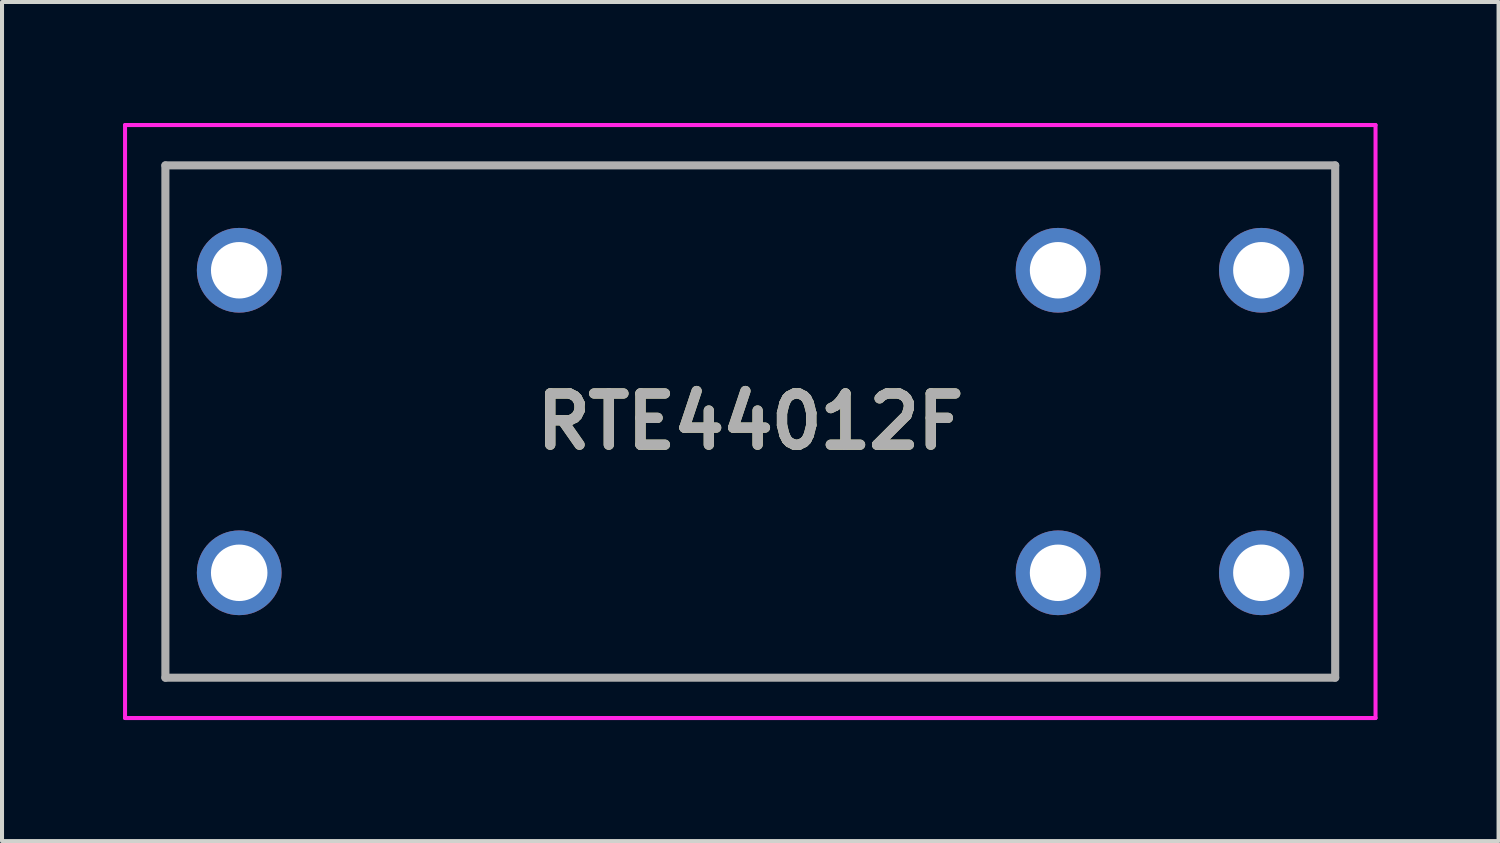
<source format=kicad_pcb>
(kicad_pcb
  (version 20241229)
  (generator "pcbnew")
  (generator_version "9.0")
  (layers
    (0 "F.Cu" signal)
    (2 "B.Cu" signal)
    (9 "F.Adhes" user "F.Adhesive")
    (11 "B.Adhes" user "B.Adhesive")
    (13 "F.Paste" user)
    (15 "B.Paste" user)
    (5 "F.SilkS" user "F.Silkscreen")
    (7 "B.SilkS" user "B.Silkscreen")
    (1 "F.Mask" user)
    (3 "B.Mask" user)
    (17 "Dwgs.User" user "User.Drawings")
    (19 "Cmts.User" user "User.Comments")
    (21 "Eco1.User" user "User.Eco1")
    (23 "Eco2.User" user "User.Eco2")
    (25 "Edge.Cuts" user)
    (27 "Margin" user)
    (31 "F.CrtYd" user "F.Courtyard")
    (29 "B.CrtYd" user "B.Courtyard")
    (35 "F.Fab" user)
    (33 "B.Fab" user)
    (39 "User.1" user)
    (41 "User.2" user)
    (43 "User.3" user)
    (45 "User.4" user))
  (footprint "RTE44012F"
    (layer "F.Cu")
    (at 23.18 11.15)
    (property "Reference" "RTE44012F" (at -7.63 -3.75 0) (layer "F.SilkS") (effects (font (size 1.27 1.27) (thickness 0.254))))
    (attr through_hole)
    (fp_line (start -22.13 -10.1) (end -22.13 2.6) (stroke (width 0.1) (type solid)) (layer "F.SilkS"))
    (fp_line (start -22.13 2.6) (end 6.87 2.6) (stroke (width 0.1) (type solid)) (layer "F.SilkS"))
    (fp_line (start 6.87 -10.1) (end -22.13 -10.1) (stroke (width 0.1) (type solid)) (layer "F.SilkS"))
    (fp_line (start 6.87 2.6) (end 6.87 -10.1) (stroke (width 0.1) (type solid)) (layer "F.SilkS"))
    (fp_line (start -23.13 -11.1) (end -23.13 3.6) (stroke (width 0.1) (type solid)) (layer "F.CrtYd"))
    (fp_line (start -23.13 3.6) (end 7.87 3.6) (stroke (width 0.1) (type solid)) (layer "F.CrtYd"))
    (fp_line (start 7.87 -11.1) (end -23.13 -11.1) (stroke (width 0.1) (type solid)) (layer "F.CrtYd"))
    (fp_line (start 7.87 3.6) (end 7.87 -11.1) (stroke (width 0.1) (type solid)) (layer "F.CrtYd"))
    (fp_line (start -22.13 -10.1) (end -22.13 2.6) (stroke (width 0.2) (type solid)) (layer "F.Fab"))
    (fp_line (start -22.13 2.6) (end 6.87 2.6) (stroke (width 0.2) (type solid)) (layer "F.Fab"))
    (fp_line (start 6.87 -10.1) (end -22.13 -10.1) (stroke (width 0.2) (type solid)) (layer "F.Fab"))
    (fp_line (start 6.87 2.6) (end 6.87 -10.1) (stroke (width 0.2) (type solid)) (layer "F.Fab"))
    (fp_text user "${REFERENCE}" (at -7.63 -3.75 0) (layer "F.Fab") (effects (font (size 1.27 1.27) (thickness 0.254))))
    (pad "11" thru_hole circle (at 0 0) (size 2.1 2.1) (drill 1.4) (layers "*.Cu" "*.Mask"))
    (pad "14" thru_hole circle (at 5.04 0) (size 2.1 2.1) (drill 1.4) (layers "*.Cu" "*.Mask"))
    (pad "21" thru_hole circle (at 0 -7.5) (size 2.1 2.1) (drill 1.4) (layers "*.Cu" "*.Mask"))
    (pad "24" thru_hole circle (at 5.04 -7.5) (size 2.1 2.1) (drill 1.4) (layers "*.Cu" "*.Mask"))
    (pad "A1" thru_hole circle (at -20.3 0) (size 2.1 2.1) (drill 1.4) (layers "*.Cu" "*.Mask"))
    (pad "A2" thru_hole circle (at -20.3 -7.5) (size 2.1 2.1) (drill 1.4) (layers "*.Cu" "*.Mask")))
  (gr_rect
    (start -3 -3)
    (end 34.1 17.8)
    (stroke (width 0.1) (type default))
    (fill no)
    (layer "Edge.Cuts")))
</source>
